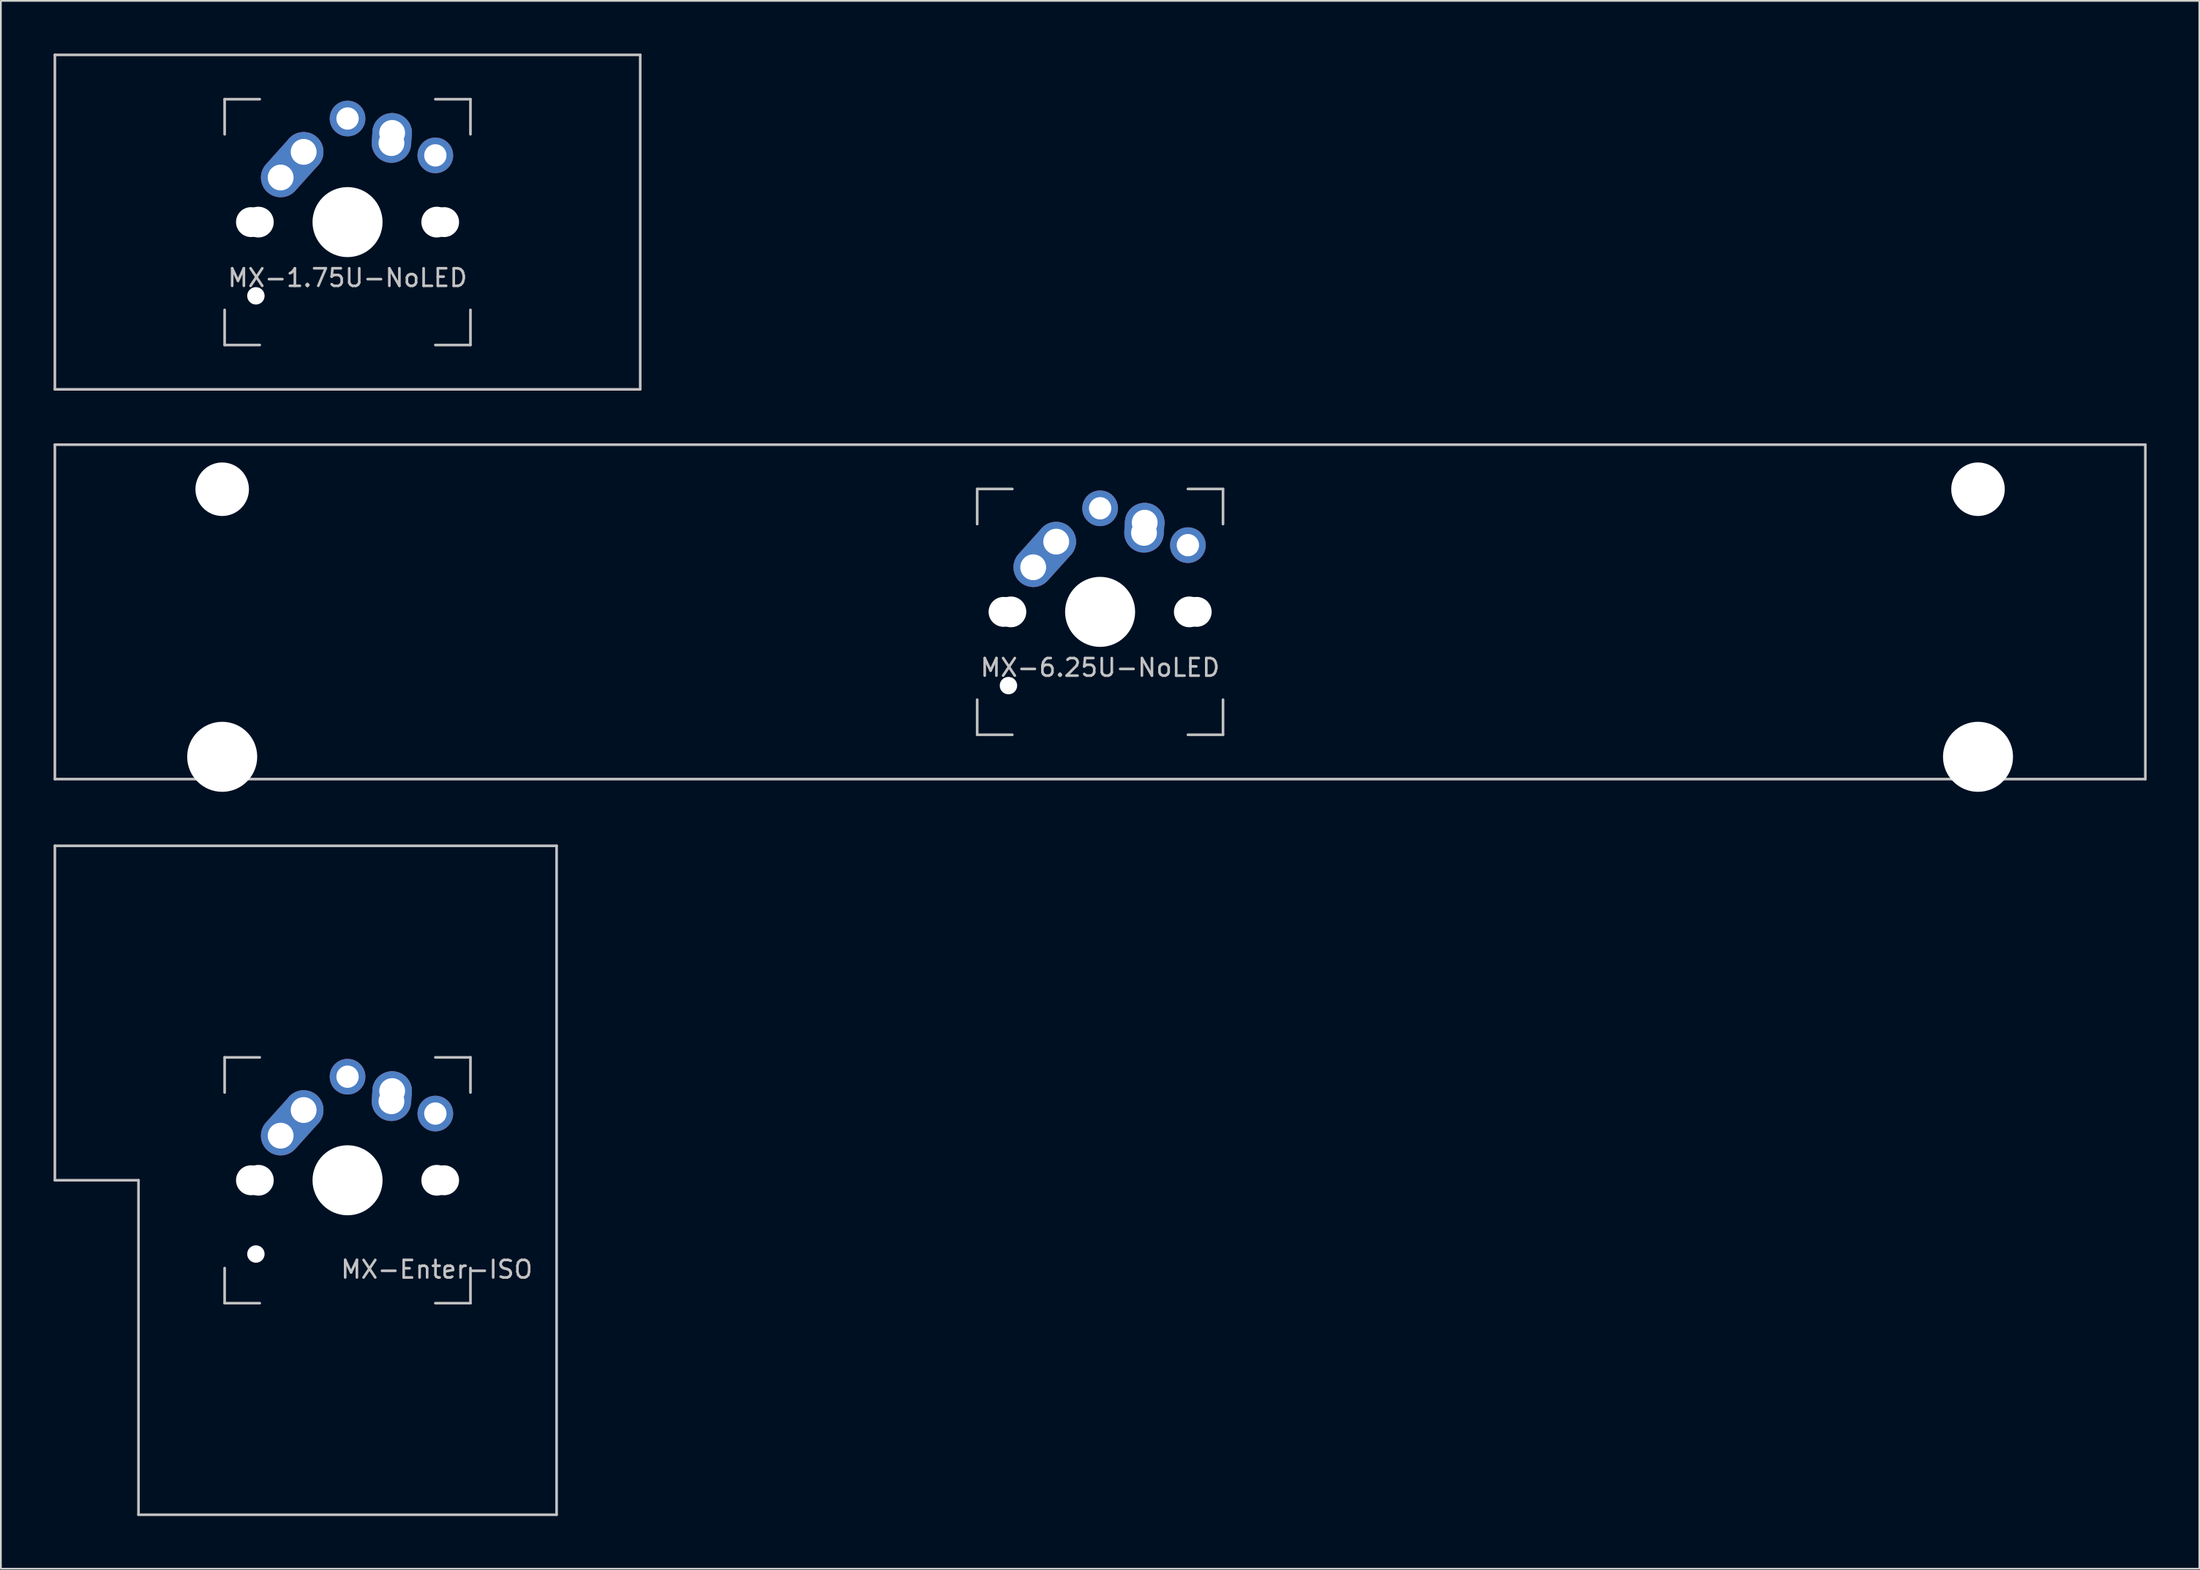
<source format=kicad_pcb>
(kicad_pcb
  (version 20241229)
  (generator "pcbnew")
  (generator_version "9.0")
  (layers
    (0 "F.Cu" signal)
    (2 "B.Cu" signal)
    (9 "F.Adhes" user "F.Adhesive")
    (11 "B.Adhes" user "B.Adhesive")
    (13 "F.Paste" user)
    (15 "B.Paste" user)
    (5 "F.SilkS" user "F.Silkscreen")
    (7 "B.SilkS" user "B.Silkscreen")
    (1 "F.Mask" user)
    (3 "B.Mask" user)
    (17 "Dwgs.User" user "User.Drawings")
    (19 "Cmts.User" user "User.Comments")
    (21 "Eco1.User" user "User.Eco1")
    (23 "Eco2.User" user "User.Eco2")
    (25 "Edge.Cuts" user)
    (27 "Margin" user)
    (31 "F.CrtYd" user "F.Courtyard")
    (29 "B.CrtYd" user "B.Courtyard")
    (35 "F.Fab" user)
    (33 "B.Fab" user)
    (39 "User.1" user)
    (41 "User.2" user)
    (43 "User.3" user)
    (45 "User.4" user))
  (footprint "MX-1.75U-NoLED"
    (layer "F.Cu")
    (at 16.744 9.6)
    (property "Reference" "MX-1.75U-NoLED" (at 0 3.175 0) (layer "Dwgs.User") (effects (font (size 1 1) (thickness 0.15))))
    (attr through_hole)
    (fp_line (start -16.669 -9.525) (end 16.669 -9.525) (stroke (width 0.15) (type solid)) (layer "Dwgs.User"))
    (fp_line (start -16.669 9.525) (end -16.669 -9.525) (stroke (width 0.15) (type solid)) (layer "Dwgs.User"))
    (fp_line (start -7 -7) (end -7 -5) (stroke (width 0.15) (type solid)) (layer "Dwgs.User"))
    (fp_line (start -7 5) (end -7 7) (stroke (width 0.15) (type solid)) (layer "Dwgs.User"))
    (fp_line (start -7 7) (end -5 7) (stroke (width 0.15) (type solid)) (layer "Dwgs.User"))
    (fp_line (start -5 -7) (end -7 -7) (stroke (width 0.15) (type solid)) (layer "Dwgs.User"))
    (fp_line (start 5 -7) (end 7 -7) (stroke (width 0.15) (type solid)) (layer "Dwgs.User"))
    (fp_line (start 5 7) (end 7 7) (stroke (width 0.15) (type solid)) (layer "Dwgs.User"))
    (fp_line (start 7 -7) (end 7 -5) (stroke (width 0.15) (type solid)) (layer "Dwgs.User"))
    (fp_line (start 7 7) (end 7 5) (stroke (width 0.15) (type solid)) (layer "Dwgs.User"))
    (fp_line (start 16.669 -9.525) (end 16.669 9.525) (stroke (width 0.15) (type solid)) (layer "Dwgs.User"))
    (fp_line (start 16.669 9.525) (end -16.669 9.525) (stroke (width 0.15) (type solid)) (layer "Dwgs.User"))
    (pad "" np_thru_hole circle (at -5.5 0) (size 1.702 1.702) (drill 1.702) (layers "*.Cu" "*.Mask"))
    (pad "" np_thru_hole circle (at -5.22 4.2 180) (size 0.991 0.991) (drill 0.991) (layers "*.Cu" "*.Mask"))
    (pad "" np_thru_hole circle (at -5.08 0 48.1) (size 1.75 1.75) (drill 1.75) (layers "*.Cu" "*.Mask"))
    (pad "" np_thru_hole circle (at 0 0) (size 3.988 3.988) (drill 3.988) (layers "*.Cu" "*.Mask"))
    (pad "" np_thru_hole circle (at 5.08 0 48.1) (size 1.75 1.75) (drill 1.75) (layers "*.Cu" "*.Mask"))
    (pad "" np_thru_hole circle (at 5.5 0) (size 1.702 1.702) (drill 1.702) (layers "*.Cu" "*.Mask"))
    (pad "1" thru_hole oval (at -3.81 -2.54 48.1) (size 4.212 2.25) (drill 1.47 (offset 0.981 0)) (layers "*.Cu" "B.Mask"))
    (pad "1" thru_hole circle (at -2.5 -4) (size 2.25 2.25) (drill 1.47) (layers "*.Cu" "B.Mask"))
    (pad "1" thru_hole circle (at 0 -5.9 180) (size 2.032 2.032) (drill 1.27) (layers "*.Cu" "*.Mask"))
    (pad "2" thru_hole oval (at 2.5 -4.5 86.055) (size 2.831 2.25) (drill 1.47 (offset 0.291 0)) (layers "*.Cu" "B.Mask"))
    (pad "2" thru_hole circle (at 2.54 -5.08) (size 2.25 2.25) (drill 1.47) (layers "*.Cu" "B.Mask"))
    (pad "2" thru_hole circle (at 5 -3.8 180) (size 2.032 2.032) (drill 1.27) (layers "*.Cu" "*.Mask")))
  (footprint "MX-Enter-ISO"
    (layer "F.Cu")
    (at 16.744 64.174)
    (property "Reference" "MX-Enter-ISO" (at 5.08 5.08 0) (layer "Dwgs.User") (effects (font (size 1 1) (thickness 0.15))))
    (attr through_hole)
    (fp_line (start -16.669 -19.05) (end 11.906 -19.05) (stroke (width 0.15) (type solid)) (layer "Dwgs.User"))
    (fp_line (start -16.669 0) (end -16.669 -19.05) (stroke (width 0.15) (type solid)) (layer "Dwgs.User"))
    (fp_line (start -11.906 0) (end -16.669 0) (stroke (width 0.15) (type solid)) (layer "Dwgs.User"))
    (fp_line (start -11.906 19.05) (end -11.906 0) (stroke (width 0.15) (type solid)) (layer "Dwgs.User"))
    (fp_line (start -7 -7) (end -7 -5) (stroke (width 0.15) (type solid)) (layer "Dwgs.User"))
    (fp_line (start -7 5) (end -7 7) (stroke (width 0.15) (type solid)) (layer "Dwgs.User"))
    (fp_line (start -7 7) (end -5 7) (stroke (width 0.15) (type solid)) (layer "Dwgs.User"))
    (fp_line (start -5 -7) (end -7 -7) (stroke (width 0.15) (type solid)) (layer "Dwgs.User"))
    (fp_line (start 5 -7) (end 7 -7) (stroke (width 0.15) (type solid)) (layer "Dwgs.User"))
    (fp_line (start 5 7) (end 7 7) (stroke (width 0.15) (type solid)) (layer "Dwgs.User"))
    (fp_line (start 7 -7) (end 7 -5) (stroke (width 0.15) (type solid)) (layer "Dwgs.User"))
    (fp_line (start 7 7) (end 7 5) (stroke (width 0.15) (type solid)) (layer "Dwgs.User"))
    (fp_line (start 11.906 -19.05) (end 11.906 19.05) (stroke (width 0.15) (type solid)) (layer "Dwgs.User"))
    (fp_line (start 11.906 19.05) (end -11.906 19.05) (stroke (width 0.15) (type solid)) (layer "Dwgs.User"))
    (pad "" np_thru_hole circle (at -5.5 0) (size 1.702 1.702) (drill 1.702) (layers "*.Cu" "*.Mask"))
    (pad "" np_thru_hole circle (at -5.22 4.2 180) (size 0.991 0.991) (drill 0.991) (layers "*.Cu" "*.Mask"))
    (pad "" np_thru_hole circle (at -5.08 0 48.1) (size 1.75 1.75) (drill 1.75) (layers "*.Cu" "*.Mask"))
    (pad "" np_thru_hole circle (at 0 0) (size 3.988 3.988) (drill 3.988) (layers "*.Cu" "*.Mask"))
    (pad "" np_thru_hole circle (at 5.08 0 48.1) (size 1.75 1.75) (drill 1.75) (layers "*.Cu" "*.Mask"))
    (pad "" np_thru_hole circle (at 5.5 0) (size 1.702 1.702) (drill 1.702) (layers "*.Cu" "*.Mask"))
    (pad "1" thru_hole oval (at -3.81 -2.54 48) (size 4.212 2.25) (drill 1.47 (offset 0.981 0)) (layers "*.Cu" "*.Mask"))
    (pad "1" thru_hole circle (at -2.5 -4) (size 2.25 2.25) (drill 1.47) (layers "*.Cu" "*.Mask"))
    (pad "1" thru_hole circle (at 0 -5.9 180) (size 2.032 2.032) (drill 1.27) (layers "*.Cu" "*.Mask"))
    (pad "2" thru_hole oval (at 2.5 -4.5 86) (size 2.831 2.25) (drill 1.47 (offset 0.291 0)) (layers "*.Cu" "*.Mask"))
    (pad "2" thru_hole circle (at 2.54 -5.08) (size 2.25 2.25) (drill 1.47) (layers "*.Cu" "*.Mask"))
    (pad "2" thru_hole circle (at 5 -3.8 180) (size 2.032 2.032) (drill 1.27) (layers "*.Cu" "*.Mask")))
  (footprint "MX-6.25U-NoLED"
    (layer "F.Cu")
    (at 59.605 31.8)
    (property "Reference" "MX-6.25U-NoLED" (at 0 3.175 0) (layer "Dwgs.User") (effects (font (size 1 1) (thickness 0.15))))
    (attr through_hole)
    (fp_line (start -59.53 -9.525) (end 59.53 -9.525) (stroke (width 0.15) (type solid)) (layer "Dwgs.User"))
    (fp_line (start -59.53 9.525) (end -59.53 -9.525) (stroke (width 0.15) (type solid)) (layer "Dwgs.User"))
    (fp_line (start -59.53 9.525) (end 59.53 9.525) (stroke (width 0.15) (type solid)) (layer "Dwgs.User"))
    (fp_line (start -7 -7) (end -7 -5) (stroke (width 0.15) (type solid)) (layer "Dwgs.User"))
    (fp_line (start -7 5) (end -7 7) (stroke (width 0.15) (type solid)) (layer "Dwgs.User"))
    (fp_line (start -7 7) (end -5 7) (stroke (width 0.15) (type solid)) (layer "Dwgs.User"))
    (fp_line (start -5 -7) (end -7 -7) (stroke (width 0.15) (type solid)) (layer "Dwgs.User"))
    (fp_line (start 5 -7) (end 7 -7) (stroke (width 0.15) (type solid)) (layer "Dwgs.User"))
    (fp_line (start 5 7) (end 7 7) (stroke (width 0.15) (type solid)) (layer "Dwgs.User"))
    (fp_line (start 7 -7) (end 7 -5) (stroke (width 0.15) (type solid)) (layer "Dwgs.User"))
    (fp_line (start 7 7) (end 7 5) (stroke (width 0.15) (type solid)) (layer "Dwgs.User"))
    (fp_line (start 59.53 -9.525) (end 59.53 9.525) (stroke (width 0.15) (type solid)) (layer "Dwgs.User"))
    (pad "" np_thru_hole circle (at -50 -6.985) (size 3.048 3.048) (drill 3.048) (layers "*.Cu" "*.Mask"))
    (pad "" np_thru_hole circle (at -50 8.255) (size 3.988 3.988) (drill 3.988) (layers "*.Cu" "*.Mask"))
    (pad "" np_thru_hole circle (at -5.5 0) (size 1.702 1.702) (drill 1.702) (layers "*.Cu" "*.Mask"))
    (pad "" np_thru_hole circle (at -5.22 4.2 180) (size 0.991 0.991) (drill 0.991) (layers "*.Cu" "*.Mask"))
    (pad "" np_thru_hole circle (at -5.08 0 48.1) (size 1.75 1.75) (drill 1.75) (layers "*.Cu" "*.Mask"))
    (pad "" np_thru_hole circle (at 0 0) (size 3.988 3.988) (drill 3.988) (layers "*.Cu" "*.Mask"))
    (pad "" np_thru_hole circle (at 5.08 0 48.1) (size 1.75 1.75) (drill 1.75) (layers "*.Cu" "*.Mask"))
    (pad "" np_thru_hole circle (at 5.5 0) (size 1.702 1.702) (drill 1.702) (layers "*.Cu" "*.Mask"))
    (pad "" np_thru_hole circle (at 50 -6.985) (size 3.048 3.048) (drill 3.048) (layers "*.Cu" "*.Mask"))
    (pad "" np_thru_hole circle (at 50 8.255) (size 3.988 3.988) (drill 3.988) (layers "*.Cu" "*.Mask"))
    (pad "1" thru_hole oval (at -3.81 -2.54 48.1) (size 4.212 2.25) (drill 1.47 (offset 0.981 0)) (layers "*.Cu" "B.Mask"))
    (pad "1" thru_hole circle (at -2.5 -4) (size 2.25 2.25) (drill 1.47) (layers "*.Cu" "B.Mask"))
    (pad "1" thru_hole circle (at 0 -5.9 180) (size 2.032 2.032) (drill 1.27) (layers "*.Cu" "*.Mask"))
    (pad "2" thru_hole oval (at 2.5 -4.5 86.055) (size 2.831 2.25) (drill 1.47 (offset 0.291 0)) (layers "*.Cu" "B.Mask"))
    (pad "2" thru_hole circle (at 2.54 -5.08) (size 2.25 2.25) (drill 1.47) (layers "*.Cu" "B.Mask"))
    (pad "2" thru_hole circle (at 5 -3.8 180) (size 2.032 2.032) (drill 1.27) (layers "*.Cu" "*.Mask")))
  (gr_rect
    (start -3 -3)
    (end 122.21 86.299)
    (stroke (width 0.1) (type default))
    (fill no)
    (layer "Edge.Cuts")))
</source>
